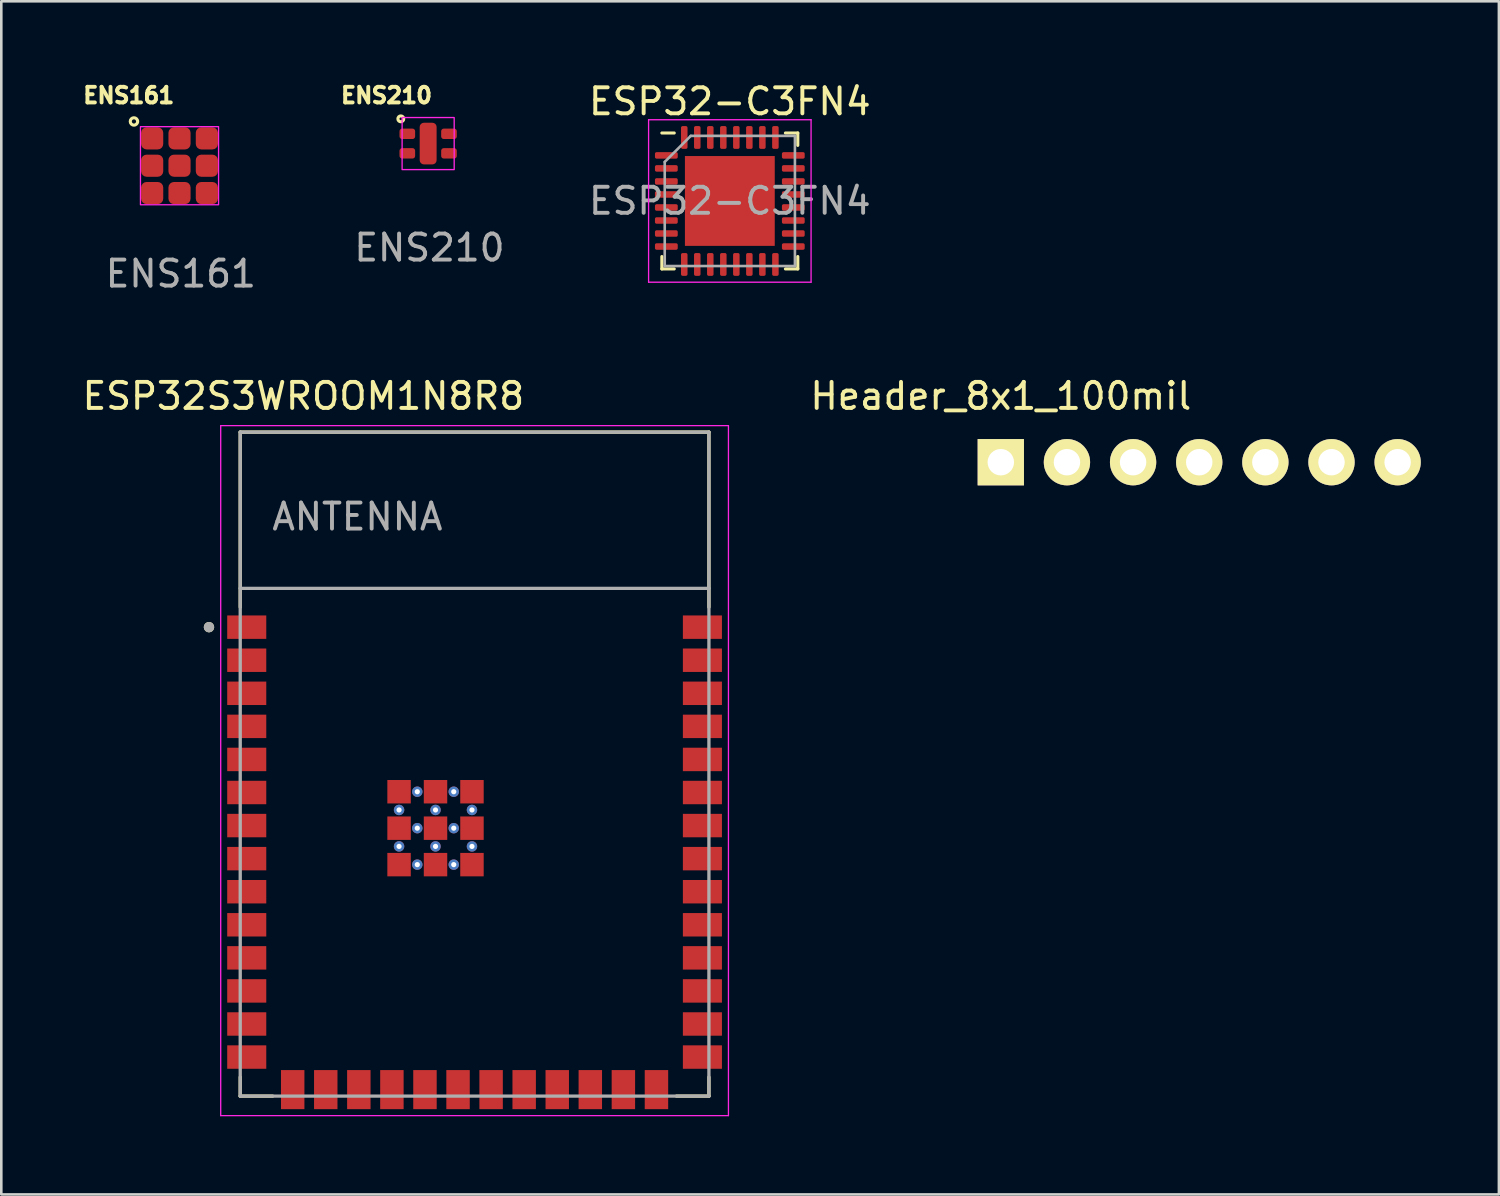
<source format=kicad_pcb>
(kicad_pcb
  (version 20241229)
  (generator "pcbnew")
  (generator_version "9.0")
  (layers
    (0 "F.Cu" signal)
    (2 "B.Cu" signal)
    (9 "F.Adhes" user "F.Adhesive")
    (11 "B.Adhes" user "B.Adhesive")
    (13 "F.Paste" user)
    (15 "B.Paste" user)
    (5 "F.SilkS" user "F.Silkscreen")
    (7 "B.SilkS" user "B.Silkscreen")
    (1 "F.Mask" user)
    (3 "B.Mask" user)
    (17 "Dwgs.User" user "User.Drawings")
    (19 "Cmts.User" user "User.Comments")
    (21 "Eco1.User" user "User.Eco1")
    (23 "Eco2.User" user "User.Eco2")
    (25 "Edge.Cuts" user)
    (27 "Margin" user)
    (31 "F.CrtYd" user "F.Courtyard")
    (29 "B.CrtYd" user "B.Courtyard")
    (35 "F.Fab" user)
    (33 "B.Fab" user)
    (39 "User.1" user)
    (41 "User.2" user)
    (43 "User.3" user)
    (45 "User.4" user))
  (footprint "ENS210"
    (layer "F.Cu")
    (at 13.393 2.464)
    (property "Reference" "ENS210" (at -1.6 -1.85 0) (unlocked yes) (layer "F.SilkS") (effects (font (size 0.6 0.6) (thickness 0.15))))
    (attr smd)
    (fp_circle (center -1.05 -0.95) (end -0.95 -0.9) (stroke (width 0.12) (type solid)) (fill no) (layer "F.SilkS"))
    (fp_rect (start 1 -1) (end -1 1) (stroke (width 0.05) (type solid)) (fill no) (layer "F.CrtYd"))
    (fp_text user "${REFERENCE}" (at 0.05 4 0) (unlocked yes) (layer "F.Fab") (effects (font (size 1 1) (thickness 0.15))))
    (pad "1" smd roundrect (at -0.8 -0.375) (size 0.6 0.4) (layers "F.Cu" "F.Mask" "F.Paste") (roundrect_rratio 0.25))
    (pad "2" smd roundrect (at -0.8 0.375) (size 0.6 0.4) (layers "F.Cu" "F.Mask" "F.Paste") (roundrect_rratio 0.25))
    (pad "3" smd roundrect (at 0.8 0.375) (size 0.6 0.4) (layers "F.Cu" "F.Mask" "F.Paste") (roundrect_rratio 0.25))
    (pad "4" smd roundrect (at 0.8 -0.375) (size 0.6 0.4) (layers "F.Cu" "F.Mask" "F.Paste") (roundrect_rratio 0.25))
    (pad "5" smd roundrect (at 0 0) (size 0.65 1.6) (layers "F.Cu" "F.Mask" "F.Paste") (roundrect_rratio 0.25)))
  (footprint "Header_8x1_100mil"
    (layer "F.Cu")
    (at 43.006 14.701)
    (property "Reference" "Header_8x1_100mil" (at -7.62 -2.54 0) (layer "F.SilkS") (effects (font (size 1 1) (thickness 0.15))))
    (attr through_hole)
    (pad "1" thru_hole rect (at -7.62 0) (size 1.778 1.778) (drill 1.016) (layers "*.Cu" "*.Mask" "F.SilkS"))
    (pad "2" thru_hole circle (at -5.08 0) (size 1.778 1.778) (drill 1.016) (layers "*.Cu" "*.Mask" "F.SilkS"))
    (pad "3" thru_hole circle (at -2.54 0) (size 1.778 1.778) (drill 1.016) (layers "*.Cu" "*.Mask" "F.SilkS"))
    (pad "4" thru_hole circle (at 0 0) (size 1.778 1.778) (drill 1.016) (layers "*.Cu" "*.Mask" "F.SilkS"))
    (pad "5" thru_hole circle (at 2.54 0) (size 1.778 1.778) (drill 1.016) (layers "*.Cu" "*.Mask" "F.SilkS"))
    (pad "6" thru_hole circle (at 5.08 0) (size 1.778 1.778) (drill 1.016) (layers "*.Cu" "*.Mask" "F.SilkS"))
    (pad "7" thru_hole circle (at 7.62 0) (size 1.778 1.778) (drill 1.016) (layers "*.Cu" "*.Mask" "F.SilkS")))
  (footprint "ENS161"
    (layer "F.Cu")
    (at 3.894 3.314)
    (property "Reference" "ENS161" (at -2 -2.7 0) (unlocked yes) (layer "F.SilkS") (effects (font (size 0.6 0.6) (thickness 0.15))))
    (attr smd)
    (fp_circle (center -1.8 -1.7) (end -1.7 -1.8) (stroke (width 0.12) (type solid)) (fill no) (layer "F.SilkS"))
    (fp_rect (start -1.55 -1.5) (end 1.45 1.5) (stroke (width 0.05) (type solid)) (fill no) (layer "F.CrtYd"))
    (fp_text user "${REFERENCE}" (at 0 4.15 0) (unlocked yes) (layer "F.Fab") (effects (font (size 1 1) (thickness 0.15))))
    (pad "1" smd roundrect (at -1.1 -1.05 180) (size 0.85 0.85) (layers "F.Cu" "F.Mask" "F.Paste") (roundrect_rratio 0.25))
    (pad "2" smd roundrect (at -1.1 0 180) (size 0.85 0.85) (layers "F.Cu" "F.Mask" "F.Paste") (roundrect_rratio 0.25))
    (pad "3" smd roundrect (at -1.1 1.05 180) (size 0.85 0.85) (layers "F.Cu" "F.Mask" "F.Paste") (roundrect_rratio 0.25))
    (pad "4" smd roundrect (at -0.05 1.05 180) (size 0.85 0.85) (layers "F.Cu" "F.Mask" "F.Paste") (roundrect_rratio 0.25))
    (pad "5" smd roundrect (at 1 1.05 180) (size 0.85 0.85) (layers "F.Cu" "F.Mask" "F.Paste") (roundrect_rratio 0.25))
    (pad "6" smd roundrect (at 1 0 180) (size 0.85 0.85) (layers "F.Cu" "F.Mask" "F.Paste") (roundrect_rratio 0.25))
    (pad "7" smd roundrect (at 1 -1.05 180) (size 0.85 0.85) (layers "F.Cu" "F.Mask" "F.Paste") (roundrect_rratio 0.25))
    (pad "8" smd roundrect (at -0.05 -1.05 180) (size 0.85 0.85) (layers "F.Cu" "F.Mask" "F.Paste") (roundrect_rratio 0.25))
    (pad "9" smd roundrect (at -0.05 0 180) (size 0.85 0.85) (layers "F.Cu" "F.Mask" "F.Paste") (roundrect_rratio 0.25)))
  (footprint "ESP32-C3FN4"
    (layer "F.Cu")
    (at 24.979 4.668)
    (property "Reference" "ESP32-C3FN4" (at 0 -3.82 0) (layer "F.SilkS") (effects (font (size 1 1) (thickness 0.15))))
    (attr smd)
    (fp_line (start -2.61 2.61) (end -2.61 2.135) (stroke (width 0.12) (type solid)) (layer "F.SilkS"))
    (fp_line (start -2.135 -2.61) (end -2.61 -2.61) (stroke (width 0.12) (type solid)) (layer "F.SilkS"))
    (fp_line (start -2.135 2.61) (end -2.61 2.61) (stroke (width 0.12) (type solid)) (layer "F.SilkS"))
    (fp_line (start 2.135 -2.61) (end 2.61 -2.61) (stroke (width 0.12) (type solid)) (layer "F.SilkS"))
    (fp_line (start 2.135 2.61) (end 2.61 2.61) (stroke (width 0.12) (type solid)) (layer "F.SilkS"))
    (fp_line (start 2.61 -2.61) (end 2.61 -2.135) (stroke (width 0.12) (type solid)) (layer "F.SilkS"))
    (fp_line (start 2.61 2.61) (end 2.61 2.135) (stroke (width 0.12) (type solid)) (layer "F.SilkS"))
    (fp_line (start -3.12 -3.12) (end -3.12 3.12) (stroke (width 0.05) (type solid)) (layer "F.CrtYd"))
    (fp_line (start -3.12 3.12) (end 3.12 3.12) (stroke (width 0.05) (type solid)) (layer "F.CrtYd"))
    (fp_line (start 3.12 -3.12) (end -3.12 -3.12) (stroke (width 0.05) (type solid)) (layer "F.CrtYd"))
    (fp_line (start 3.12 3.12) (end 3.12 -3.12) (stroke (width 0.05) (type solid)) (layer "F.CrtYd"))
    (fp_line (start -2.5 -1.5) (end -1.5 -2.5) (stroke (width 0.1) (type solid)) (layer "F.Fab"))
    (fp_line (start -2.5 2.5) (end -2.5 -1.5) (stroke (width 0.1) (type solid)) (layer "F.Fab"))
    (fp_line (start -1.5 -2.5) (end 2.5 -2.5) (stroke (width 0.1) (type solid)) (layer "F.Fab"))
    (fp_line (start 2.5 -2.5) (end 2.5 2.5) (stroke (width 0.1) (type solid)) (layer "F.Fab"))
    (fp_line (start 2.5 2.5) (end -2.5 2.5) (stroke (width 0.1) (type solid)) (layer "F.Fab"))
    (fp_text user "${REFERENCE}" (at 0 0 0) (layer "F.Fab") (effects (font (size 1 1) (thickness 0.15))))
    (pad "" smd roundrect (at -1.15 -1.15) (size 0.93 0.93) (layers "F.Paste") (roundrect_rratio 0.25))
    (pad "" smd roundrect (at -1.15 0) (size 0.93 0.93) (layers "F.Paste") (roundrect_rratio 0.25))
    (pad "" smd roundrect (at -1.15 1.15) (size 0.93 0.93) (layers "F.Paste") (roundrect_rratio 0.25))
    (pad "" smd roundrect (at 0 -1.15) (size 0.93 0.93) (layers "F.Paste") (roundrect_rratio 0.25))
    (pad "" smd roundrect (at 0 0) (size 0.93 0.93) (layers "F.Paste") (roundrect_rratio 0.25))
    (pad "" smd roundrect (at 0 1.15) (size 0.93 0.93) (layers "F.Paste") (roundrect_rratio 0.25))
    (pad "" smd roundrect (at 1.15 -1.15) (size 0.93 0.93) (layers "F.Paste") (roundrect_rratio 0.25))
    (pad "" smd roundrect (at 1.15 0) (size 0.93 0.93) (layers "F.Paste") (roundrect_rratio 0.25))
    (pad "" smd roundrect (at 1.15 1.15) (size 0.93 0.93) (layers "F.Paste") (roundrect_rratio 0.25))
    (pad "1" smd roundrect (at -2.438 -1.75) (size 0.875 0.25) (layers "F.Cu" "F.Mask" "F.Paste") (roundrect_rratio 0.25))
    (pad "2" smd roundrect (at -2.438 -1.25) (size 0.875 0.25) (layers "F.Cu" "F.Mask" "F.Paste") (roundrect_rratio 0.25))
    (pad "3" smd roundrect (at -2.438 -0.75) (size 0.875 0.25) (layers "F.Cu" "F.Mask" "F.Paste") (roundrect_rratio 0.25))
    (pad "4" smd roundrect (at -2.438 -0.25) (size 0.875 0.25) (layers "F.Cu" "F.Mask" "F.Paste") (roundrect_rratio 0.25))
    (pad "5" smd roundrect (at -2.438 0.25) (size 0.875 0.25) (layers "F.Cu" "F.Mask" "F.Paste") (roundrect_rratio 0.25))
    (pad "6" smd roundrect (at -2.438 0.75) (size 0.875 0.25) (layers "F.Cu" "F.Mask" "F.Paste") (roundrect_rratio 0.25))
    (pad "7" smd roundrect (at -2.438 1.25) (size 0.875 0.25) (layers "F.Cu" "F.Mask" "F.Paste") (roundrect_rratio 0.25))
    (pad "8" smd roundrect (at -2.438 1.75) (size 0.875 0.25) (layers "F.Cu" "F.Mask" "F.Paste") (roundrect_rratio 0.25))
    (pad "9" smd roundrect (at -1.75 2.438) (size 0.25 0.875) (layers "F.Cu" "F.Mask" "F.Paste") (roundrect_rratio 0.25))
    (pad "10" smd roundrect (at -1.25 2.438) (size 0.25 0.875) (layers "F.Cu" "F.Mask" "F.Paste") (roundrect_rratio 0.25))
    (pad "11" smd roundrect (at -0.75 2.438) (size 0.25 0.875) (layers "F.Cu" "F.Mask" "F.Paste") (roundrect_rratio 0.25))
    (pad "12" smd roundrect (at -0.25 2.438) (size 0.25 0.875) (layers "F.Cu" "F.Mask" "F.Paste") (roundrect_rratio 0.25))
    (pad "13" smd roundrect (at 0.25 2.438) (size 0.25 0.875) (layers "F.Cu" "F.Mask" "F.Paste") (roundrect_rratio 0.25))
    (pad "14" smd roundrect (at 0.75 2.438) (size 0.25 0.875) (layers "F.Cu" "F.Mask" "F.Paste") (roundrect_rratio 0.25))
    (pad "15" smd roundrect (at 1.25 2.438) (size 0.25 0.875) (layers "F.Cu" "F.Mask" "F.Paste") (roundrect_rratio 0.25))
    (pad "16" smd roundrect (at 1.75 2.438) (size 0.25 0.875) (layers "F.Cu" "F.Mask" "F.Paste") (roundrect_rratio 0.25))
    (pad "17" smd roundrect (at 2.438 1.75) (size 0.875 0.25) (layers "F.Cu" "F.Mask" "F.Paste") (roundrect_rratio 0.25))
    (pad "18" smd roundrect (at 2.438 1.25) (size 0.875 0.25) (layers "F.Cu" "F.Mask" "F.Paste") (roundrect_rratio 0.25))
    (pad "19" smd roundrect (at 2.438 0.75) (size 0.875 0.25) (layers "F.Cu" "F.Mask" "F.Paste") (roundrect_rratio 0.25))
    (pad "20" smd roundrect (at 2.438 0.25) (size 0.875 0.25) (layers "F.Cu" "F.Mask" "F.Paste") (roundrect_rratio 0.25))
    (pad "21" smd roundrect (at 2.438 -0.25) (size 0.875 0.25) (layers "F.Cu" "F.Mask" "F.Paste") (roundrect_rratio 0.25))
    (pad "22" smd roundrect (at 2.438 -0.75) (size 0.875 0.25) (layers "F.Cu" "F.Mask" "F.Paste") (roundrect_rratio 0.25))
    (pad "23" smd roundrect (at 2.438 -1.25) (size 0.875 0.25) (layers "F.Cu" "F.Mask" "F.Paste") (roundrect_rratio 0.25))
    (pad "24" smd roundrect (at 2.438 -1.75) (size 0.875 0.25) (layers "F.Cu" "F.Mask" "F.Paste") (roundrect_rratio 0.25))
    (pad "25" smd roundrect (at 1.75 -2.438) (size 0.25 0.875) (layers "F.Cu" "F.Mask" "F.Paste") (roundrect_rratio 0.25))
    (pad "26" smd roundrect (at 1.25 -2.438) (size 0.25 0.875) (layers "F.Cu" "F.Mask" "F.Paste") (roundrect_rratio 0.25))
    (pad "27" smd roundrect (at 0.75 -2.438) (size 0.25 0.875) (layers "F.Cu" "F.Mask" "F.Paste") (roundrect_rratio 0.25))
    (pad "28" smd roundrect (at 0.25 -2.438) (size 0.25 0.875) (layers "F.Cu" "F.Mask" "F.Paste") (roundrect_rratio 0.25))
    (pad "29" smd roundrect (at -0.25 -2.438) (size 0.25 0.875) (layers "F.Cu" "F.Mask" "F.Paste") (roundrect_rratio 0.25))
    (pad "30" smd roundrect (at -0.75 -2.438) (size 0.25 0.875) (layers "F.Cu" "F.Mask" "F.Paste") (roundrect_rratio 0.25))
    (pad "31" smd roundrect (at -1.25 -2.438) (size 0.25 0.875) (layers "F.Cu" "F.Mask" "F.Paste") (roundrect_rratio 0.25))
    (pad "32" smd roundrect (at -1.75 -2.438) (size 0.25 0.875) (layers "F.Cu" "F.Mask" "F.Paste") (roundrect_rratio 0.25))
    (pad "33" smd rect (at 0 0) (size 3.45 3.45) (layers "F.Cu" "F.Mask")))
  (footprint "ESP32S3WROOM1N8R8"
    (layer "F.Cu")
    (at 15.176 26.296)
    (property "Reference" "ESP32S3WROOM1N8R8" (at -6.575 -14.135 0) (layer "F.SilkS") (effects (font (size 1 1) (thickness 0.15))))
    (attr smd)
    (fp_line (start -9 -12.75) (end 9 -12.75) (stroke (width 0.127) (type solid)) (layer "F.SilkS"))
    (fp_line (start -9 -6.03) (end -9 -12.75) (stroke (width 0.127) (type solid)) (layer "F.SilkS"))
    (fp_line (start -9 12.02) (end -9 12.75) (stroke (width 0.127) (type solid)) (layer "F.SilkS"))
    (fp_line (start -9 12.75) (end -7.755 12.75) (stroke (width 0.127) (type solid)) (layer "F.SilkS"))
    (fp_line (start 9 -12.75) (end 9 -6.03) (stroke (width 0.127) (type solid)) (layer "F.SilkS"))
    (fp_line (start 9 12.02) (end 9 12.75) (stroke (width 0.127) (type solid)) (layer "F.SilkS"))
    (fp_line (start 9 12.75) (end 7.755 12.75) (stroke (width 0.127) (type solid)) (layer "F.SilkS"))
    (fp_circle (center -10.2 -5.26) (end -10.1 -5.26) (stroke (width 0.2) (type solid)) (fill no) (layer "F.SilkS"))
    (fp_line (start -9.75 -13) (end 9.75 -13) (stroke (width 0.05) (type solid)) (layer "F.CrtYd"))
    (fp_line (start -9.75 13.5) (end -9.75 -13) (stroke (width 0.05) (type solid)) (layer "F.CrtYd"))
    (fp_line (start -9.75 13.5) (end 9.75 13.5) (stroke (width 0.05) (type solid)) (layer "F.CrtYd"))
    (fp_line (start 9.75 -13) (end 9.75 13.5) (stroke (width 0.05) (type solid)) (layer "F.CrtYd"))
    (fp_line (start -9 -12.75) (end 9 -12.75) (stroke (width 0.127) (type solid)) (layer "F.Fab"))
    (fp_line (start -9 -6.75) (end -9 -12.75) (stroke (width 0.127) (type solid)) (layer "F.Fab"))
    (fp_line (start -9 -6.75) (end 9 -6.75) (stroke (width 0.127) (type solid)) (layer "F.Fab"))
    (fp_line (start -9 12.75) (end -9 -6.75) (stroke (width 0.127) (type solid)) (layer "F.Fab"))
    (fp_line (start 9 -12.75) (end 9 -6.75) (stroke (width 0.127) (type solid)) (layer "F.Fab"))
    (fp_line (start 9 -6.75) (end 9 12.75) (stroke (width 0.127) (type solid)) (layer "F.Fab"))
    (fp_line (start 9 12.75) (end -9 12.75) (stroke (width 0.127) (type solid)) (layer "F.Fab"))
    (fp_circle (center -10.2 -5.26) (end -10.1 -5.26) (stroke (width 0.2) (type solid)) (fill no) (layer "F.Fab"))
    (fp_text user "ANTENNA" (at -4.5 -9.5 0) (layer "F.Fab") (effects (font (size 1 1) (thickness 0.15))))
    (pad "1" smd rect (at -8.75 -5.26) (size 1.5 0.9) (layers "F.Cu" "F.Mask" "F.Paste"))
    (pad "2" smd rect (at -8.75 -3.99) (size 1.5 0.9) (layers "F.Cu" "F.Mask" "F.Paste"))
    (pad "3" smd rect (at -8.75 -2.72) (size 1.5 0.9) (layers "F.Cu" "F.Mask" "F.Paste"))
    (pad "4" smd rect (at -8.75 -1.45) (size 1.5 0.9) (layers "F.Cu" "F.Mask" "F.Paste"))
    (pad "5" smd rect (at -8.75 -0.18) (size 1.5 0.9) (layers "F.Cu" "F.Mask" "F.Paste"))
    (pad "6" smd rect (at -8.75 1.09) (size 1.5 0.9) (layers "F.Cu" "F.Mask" "F.Paste"))
    (pad "7" smd rect (at -8.75 2.36) (size 1.5 0.9) (layers "F.Cu" "F.Mask" "F.Paste"))
    (pad "8" smd rect (at -8.75 3.63) (size 1.5 0.9) (layers "F.Cu" "F.Mask" "F.Paste"))
    (pad "9" smd rect (at -8.75 4.9) (size 1.5 0.9) (layers "F.Cu" "F.Mask" "F.Paste"))
    (pad "10" smd rect (at -8.75 6.17) (size 1.5 0.9) (layers "F.Cu" "F.Mask" "F.Paste"))
    (pad "11" smd rect (at -8.75 7.44) (size 1.5 0.9) (layers "F.Cu" "F.Mask" "F.Paste"))
    (pad "12" smd rect (at -8.75 8.71) (size 1.5 0.9) (layers "F.Cu" "F.Mask" "F.Paste"))
    (pad "13" smd rect (at -8.75 9.98) (size 1.5 0.9) (layers "F.Cu" "F.Mask" "F.Paste"))
    (pad "14" smd rect (at -8.75 11.25) (size 1.5 0.9) (layers "F.Cu" "F.Mask" "F.Paste"))
    (pad "15" smd rect (at -6.985 12.5) (size 0.9 1.5) (layers "F.Cu" "F.Mask" "F.Paste"))
    (pad "16" smd rect (at -5.715 12.5) (size 0.9 1.5) (layers "F.Cu" "F.Mask" "F.Paste"))
    (pad "17" smd rect (at -4.445 12.5) (size 0.9 1.5) (layers "F.Cu" "F.Mask" "F.Paste"))
    (pad "18" smd rect (at -3.175 12.5) (size 0.9 1.5) (layers "F.Cu" "F.Mask" "F.Paste"))
    (pad "19" smd rect (at -1.905 12.5) (size 0.9 1.5) (layers "F.Cu" "F.Mask" "F.Paste"))
    (pad "20" smd rect (at -0.635 12.5) (size 0.9 1.5) (layers "F.Cu" "F.Mask" "F.Paste"))
    (pad "21" smd rect (at 0.635 12.5) (size 0.9 1.5) (layers "F.Cu" "F.Mask" "F.Paste"))
    (pad "22" smd rect (at 1.905 12.5) (size 0.9 1.5) (layers "F.Cu" "F.Mask" "F.Paste"))
    (pad "23" smd rect (at 3.175 12.5) (size 0.9 1.5) (layers "F.Cu" "F.Mask" "F.Paste"))
    (pad "24" smd rect (at 4.445 12.5) (size 0.9 1.5) (layers "F.Cu" "F.Mask" "F.Paste"))
    (pad "25" smd rect (at 5.715 12.5) (size 0.9 1.5) (layers "F.Cu" "F.Mask" "F.Paste"))
    (pad "26" smd rect (at 6.985 12.5) (size 0.9 1.5) (layers "F.Cu" "F.Mask" "F.Paste"))
    (pad "27" smd rect (at 8.75 11.25) (size 1.5 0.9) (layers "F.Cu" "F.Mask" "F.Paste"))
    (pad "28" smd rect (at 8.75 9.98) (size 1.5 0.9) (layers "F.Cu" "F.Mask" "F.Paste"))
    (pad "29" smd rect (at 8.75 8.71) (size 1.5 0.9) (layers "F.Cu" "F.Mask" "F.Paste"))
    (pad "30" smd rect (at 8.75 7.44) (size 1.5 0.9) (layers "F.Cu" "F.Mask" "F.Paste"))
    (pad "31" smd rect (at 8.75 6.17) (size 1.5 0.9) (layers "F.Cu" "F.Mask" "F.Paste"))
    (pad "32" smd rect (at 8.75 4.9) (size 1.5 0.9) (layers "F.Cu" "F.Mask" "F.Paste"))
    (pad "33" smd rect (at 8.75 3.63) (size 1.5 0.9) (layers "F.Cu" "F.Mask" "F.Paste"))
    (pad "34" smd rect (at 8.75 2.36) (size 1.5 0.9) (layers "F.Cu" "F.Mask" "F.Paste"))
    (pad "35" smd rect (at 8.75 1.09) (size 1.5 0.9) (layers "F.Cu" "F.Mask" "F.Paste"))
    (pad "36" smd rect (at 8.75 -0.18) (size 1.5 0.9) (layers "F.Cu" "F.Mask" "F.Paste"))
    (pad "37" smd rect (at 8.75 -1.45) (size 1.5 0.9) (layers "F.Cu" "F.Mask" "F.Paste"))
    (pad "38" smd rect (at 8.75 -2.72) (size 1.5 0.9) (layers "F.Cu" "F.Mask" "F.Paste"))
    (pad "39" smd rect (at 8.75 -3.99) (size 1.5 0.9) (layers "F.Cu" "F.Mask" "F.Paste"))
    (pad "40" smd rect (at 8.75 -5.26) (size 1.5 0.9) (layers "F.Cu" "F.Mask" "F.Paste"))
    (pad "41" smd rect (at -2.9 1.06) (size 0.9 0.9) (layers "F.Cu" "F.Mask" "F.Paste"))
    (pad "41" thru_hole circle (at -2.9 1.76) (size 0.4 0.4) (drill 0.2) (layers "*.Cu"))
    (pad "41" smd rect (at -2.9 2.46) (size 0.9 0.9) (layers "F.Cu" "F.Mask" "F.Paste"))
    (pad "41" thru_hole circle (at -2.9 3.16) (size 0.4 0.4) (drill 0.2) (layers "*.Cu"))
    (pad "41" smd rect (at -2.9 3.86) (size 0.9 0.9) (layers "F.Cu" "F.Mask" "F.Paste"))
    (pad "41" thru_hole circle (at -2.2 1.06) (size 0.4 0.4) (drill 0.2) (layers "*.Cu"))
    (pad "41" thru_hole circle (at -2.2 2.46) (size 0.4 0.4) (drill 0.2) (layers "*.Cu"))
    (pad "41" thru_hole circle (at -2.2 3.86) (size 0.4 0.4) (drill 0.2) (layers "*.Cu"))
    (pad "41" smd rect (at -1.5 1.06) (size 0.9 0.9) (layers "F.Cu" "F.Mask" "F.Paste"))
    (pad "41" thru_hole circle (at -1.5 1.76) (size 0.4 0.4) (drill 0.2) (layers "*.Cu"))
    (pad "41" smd rect (at -1.5 2.46) (size 0.9 0.9) (layers "F.Cu" "F.Mask" "F.Paste"))
    (pad "41" thru_hole circle (at -1.5 3.16) (size 0.4 0.4) (drill 0.2) (layers "*.Cu"))
    (pad "41" smd rect (at -1.5 3.86) (size 0.9 0.9) (layers "F.Cu" "F.Mask" "F.Paste"))
    (pad "41" thru_hole circle (at -0.8 1.06) (size 0.4 0.4) (drill 0.2) (layers "*.Cu"))
    (pad "41" thru_hole circle (at -0.8 2.46) (size 0.4 0.4) (drill 0.2) (layers "*.Cu"))
    (pad "41" thru_hole circle (at -0.8 3.86) (size 0.4 0.4) (drill 0.2) (layers "*.Cu"))
    (pad "41" smd rect (at -0.1 1.06) (size 0.9 0.9) (layers "F.Cu" "F.Mask" "F.Paste"))
    (pad "41" thru_hole circle (at -0.1 1.76) (size 0.4 0.4) (drill 0.2) (layers "*.Cu"))
    (pad "41" smd rect (at -0.1 2.46) (size 0.9 0.9) (layers "F.Cu" "F.Mask" "F.Paste"))
    (pad "41" thru_hole circle (at -0.1 3.16) (size 0.4 0.4) (drill 0.2) (layers "*.Cu"))
    (pad "41" smd rect (at -0.1 3.86) (size 0.9 0.9) (layers "F.Cu" "F.Mask" "F.Paste"))
    (zone (net_name "") (layer "F.Cu") (hatch full 0.508) (connect_pads) (min_thickness 0.01) (filled_areas_thickness no) (keepout (tracks not_allowed) (vias not_allowed) (pads not_allowed) (copperpour not_allowed) (footprints allowed)) (placement (enabled no)) (fill) (polygon (pts (xy 6.176 13.546) (xy 24.176 13.546) (xy 24.176 19.546) (xy 6.176 19.546))))
    (zone (net_name "") (layers "F.Cu" "B.Cu") (hatch full 0.508) (connect_pads) (min_thickness 0.01) (filled_areas_thickness no) (keepout (tracks allowed) (vias not_allowed) (pads allowed) (copperpour allowed) (footprints allowed)) (placement (enabled no)) (fill) (polygon (pts (xy 6.176 13.546) (xy 24.176 13.546) (xy 24.176 19.546) (xy 6.176 19.546))))
    (zone (net_name "") (layer "B.Cu") (hatch full 0.508) (connect_pads) (min_thickness 0.01) (filled_areas_thickness no) (keepout (tracks not_allowed) (vias not_allowed) (pads not_allowed) (copperpour not_allowed) (footprints allowed)) (placement (enabled no)) (fill) (polygon (pts (xy 6.176 13.546) (xy 24.176 13.546) (xy 24.176 19.546) (xy 6.176 19.546)))))
  (gr_rect
    (start -3 -3)
    (end 54.515 42.821)
    (stroke (width 0.1) (type default))
    (fill no)
    (layer "Edge.Cuts")))
</source>
